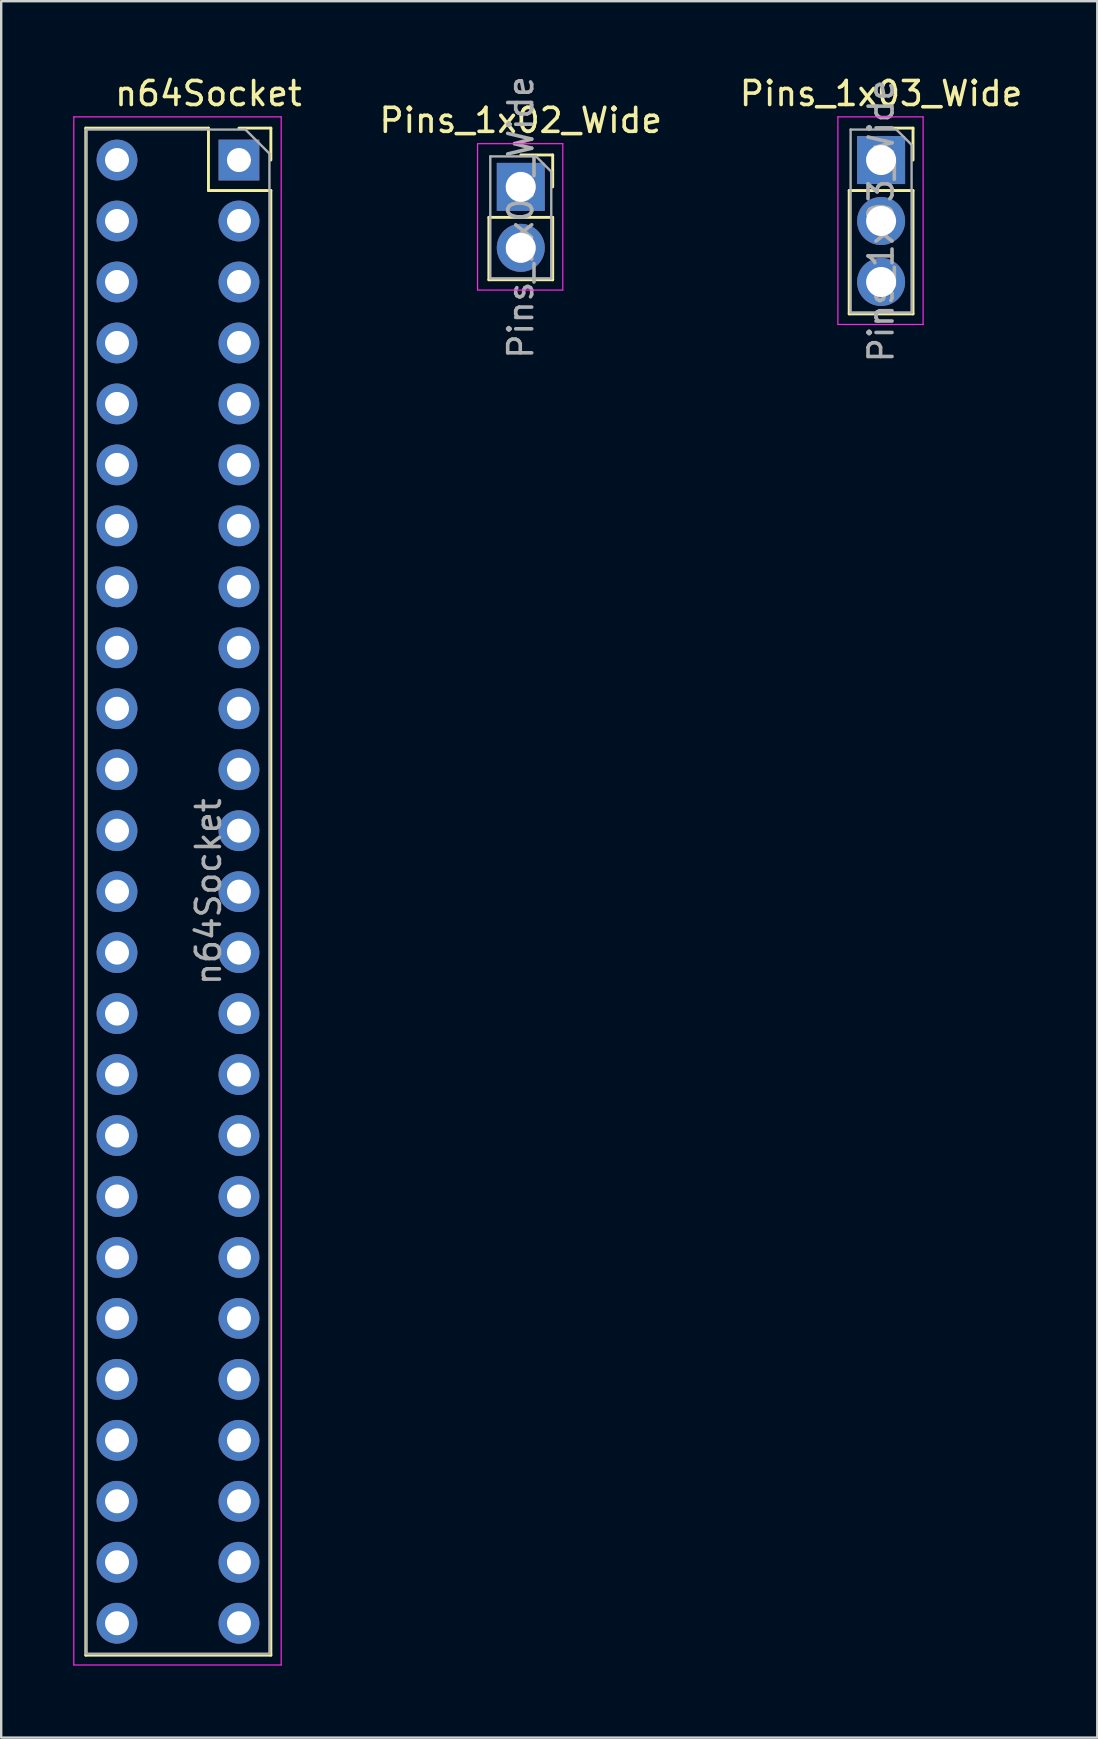
<source format=kicad_pcb>
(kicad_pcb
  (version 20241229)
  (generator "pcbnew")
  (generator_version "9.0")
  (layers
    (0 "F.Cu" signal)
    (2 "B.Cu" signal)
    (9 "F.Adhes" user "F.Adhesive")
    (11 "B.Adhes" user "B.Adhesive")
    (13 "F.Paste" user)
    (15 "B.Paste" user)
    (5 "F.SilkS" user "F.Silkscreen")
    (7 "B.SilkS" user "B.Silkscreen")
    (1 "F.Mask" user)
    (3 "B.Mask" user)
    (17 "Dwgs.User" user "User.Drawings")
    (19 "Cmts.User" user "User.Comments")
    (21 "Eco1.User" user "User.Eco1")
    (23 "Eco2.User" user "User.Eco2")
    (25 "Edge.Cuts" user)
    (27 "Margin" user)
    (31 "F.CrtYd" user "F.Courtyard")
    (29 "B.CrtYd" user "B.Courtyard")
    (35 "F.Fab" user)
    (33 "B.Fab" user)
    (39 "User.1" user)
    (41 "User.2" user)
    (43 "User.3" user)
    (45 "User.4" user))
  (footprint "Pins_1x03_Wide"
    (layer "F.Cu")
    (at 33.659 3.618)
    (property "Reference" "Pins_1x03_Wide" (at 0 -2.77 0) (layer "F.SilkS") (effects (font (size 1 1) (thickness 0.15))))
    (attr through_hole)
    (fp_line (start -1.33 1.27) (end -1.33 6.41) (stroke (width 0.12) (type solid)) (layer "F.SilkS"))
    (fp_line (start -1.33 1.27) (end 1.33 1.27) (stroke (width 0.12) (type solid)) (layer "F.SilkS"))
    (fp_line (start -1.33 6.41) (end 1.33 6.41) (stroke (width 0.12) (type solid)) (layer "F.SilkS"))
    (fp_line (start 0 -1.33) (end 1.33 -1.33) (stroke (width 0.12) (type solid)) (layer "F.SilkS"))
    (fp_line (start 1.33 -1.33) (end 1.33 0) (stroke (width 0.12) (type solid)) (layer "F.SilkS"))
    (fp_line (start 1.33 1.27) (end 1.33 6.41) (stroke (width 0.12) (type solid)) (layer "F.SilkS"))
    (fp_line (start -1.8 -1.8) (end 1.75 -1.8) (stroke (width 0.05) (type solid)) (layer "F.CrtYd"))
    (fp_line (start -1.8 6.85) (end -1.8 -1.8) (stroke (width 0.05) (type solid)) (layer "F.CrtYd"))
    (fp_line (start 1.75 -1.8) (end 1.75 6.85) (stroke (width 0.05) (type solid)) (layer "F.CrtYd"))
    (fp_line (start 1.75 6.85) (end -1.8 6.85) (stroke (width 0.05) (type solid)) (layer "F.CrtYd"))
    (fp_line (start -1.27 -1.27) (end 0.635 -1.27) (stroke (width 0.1) (type solid)) (layer "F.Fab"))
    (fp_line (start -1.27 6.35) (end -1.27 -1.27) (stroke (width 0.1) (type solid)) (layer "F.Fab"))
    (fp_line (start 0.635 -1.27) (end 1.27 -0.635) (stroke (width 0.1) (type solid)) (layer "F.Fab"))
    (fp_line (start 1.27 -0.635) (end 1.27 6.35) (stroke (width 0.1) (type solid)) (layer "F.Fab"))
    (fp_line (start 1.27 6.35) (end -1.27 6.35) (stroke (width 0.1) (type solid)) (layer "F.Fab"))
    (fp_text user "${REFERENCE}" (at 0 2.54 90) (layer "F.Fab") (effects (font (size 1 1) (thickness 0.15))))
    (pad "1" thru_hole rect (at 0 0) (size 2 2) (drill 1.25) (layers "*.Cu" "*.Mask"))
    (pad "2" thru_hole oval (at 0 2.54) (size 2 2) (drill 1.25) (layers "*.Cu" "*.Mask"))
    (pad "3" thru_hole oval (at 0 5.08) (size 2 2) (drill 1.25) (layers "*.Cu" "*.Mask")))
  (footprint "Pins_1x02_Wide"
    (layer "F.Cu")
    (at 18.647 4.736)
    (property "Reference" "Pins_1x02_Wide" (at 0 -2.77 0) (layer "F.SilkS") (effects (font (size 1 1) (thickness 0.15))))
    (attr through_hole)
    (fp_line (start -1.33 1.27) (end -1.33 3.87) (stroke (width 0.12) (type solid)) (layer "F.SilkS"))
    (fp_line (start -1.33 1.27) (end 1.33 1.27) (stroke (width 0.12) (type solid)) (layer "F.SilkS"))
    (fp_line (start -1.33 3.87) (end 1.33 3.87) (stroke (width 0.12) (type solid)) (layer "F.SilkS"))
    (fp_line (start 0 -1.33) (end 1.33 -1.33) (stroke (width 0.12) (type solid)) (layer "F.SilkS"))
    (fp_line (start 1.33 -1.33) (end 1.33 0) (stroke (width 0.12) (type solid)) (layer "F.SilkS"))
    (fp_line (start 1.33 1.27) (end 1.33 3.87) (stroke (width 0.12) (type solid)) (layer "F.SilkS"))
    (fp_line (start -1.8 -1.8) (end 1.75 -1.8) (stroke (width 0.05) (type solid)) (layer "F.CrtYd"))
    (fp_line (start -1.8 4.3) (end -1.8 -1.8) (stroke (width 0.05) (type solid)) (layer "F.CrtYd"))
    (fp_line (start 1.75 -1.8) (end 1.75 4.3) (stroke (width 0.05) (type solid)) (layer "F.CrtYd"))
    (fp_line (start 1.75 4.3) (end -1.8 4.3) (stroke (width 0.05) (type solid)) (layer "F.CrtYd"))
    (fp_line (start -1.27 -1.27) (end 0.635 -1.27) (stroke (width 0.1) (type solid)) (layer "F.Fab"))
    (fp_line (start -1.27 3.81) (end -1.27 -1.27) (stroke (width 0.1) (type solid)) (layer "F.Fab"))
    (fp_line (start 0.635 -1.27) (end 1.27 -0.635) (stroke (width 0.1) (type solid)) (layer "F.Fab"))
    (fp_line (start 1.27 -0.635) (end 1.27 3.81) (stroke (width 0.1) (type solid)) (layer "F.Fab"))
    (fp_line (start 1.27 3.81) (end -1.27 3.81) (stroke (width 0.1) (type solid)) (layer "F.Fab"))
    (fp_text user "${REFERENCE}" (at 0 1.27 90) (layer "F.Fab") (effects (font (size 1 1) (thickness 0.15))))
    (pad "1" thru_hole rect (at 0 0) (size 2 2) (drill 1.25) (layers "*.Cu" "*.Mask"))
    (pad "2" thru_hole oval (at 0 2.54) (size 2 2) (drill 1.25) (layers "*.Cu" "*.Mask")))
  (footprint "n64Socket"
    (layer "F.Cu")
    (at 6.905 3.618)
    (property "Reference" "n64Socket" (at -1.27 -2.77 0) (layer "F.SilkS") (effects (font (size 1 1) (thickness 0.15))))
    (attr through_hole)
    (fp_line (start -6.38 -1.33) (end -6.38 62.29) (stroke (width 0.12) (type solid)) (layer "F.SilkS"))
    (fp_line (start -6.38 -1.33) (end -1.27 -1.33) (stroke (width 0.12) (type solid)) (layer "F.SilkS"))
    (fp_line (start -6.38 62.29) (end 1.33 62.29) (stroke (width 0.12) (type solid)) (layer "F.SilkS"))
    (fp_line (start -1.27 -1.33) (end -1.27 1.27) (stroke (width 0.12) (type solid)) (layer "F.SilkS"))
    (fp_line (start -1.27 1.27) (end 1.33 1.27) (stroke (width 0.12) (type solid)) (layer "F.SilkS"))
    (fp_line (start 0 -1.33) (end 1.33 -1.33) (stroke (width 0.12) (type solid)) (layer "F.SilkS"))
    (fp_line (start 1.33 -1.33) (end 1.33 0) (stroke (width 0.12) (type solid)) (layer "F.SilkS"))
    (fp_line (start 1.33 1.27) (end 1.33 62.29) (stroke (width 0.12) (type solid)) (layer "F.SilkS"))
    (fp_line (start -6.88 -1.8) (end 1.76 -1.8) (stroke (width 0.05) (type solid)) (layer "F.CrtYd"))
    (fp_line (start -6.88 62.7) (end -6.88 -1.8) (stroke (width 0.05) (type solid)) (layer "F.CrtYd"))
    (fp_line (start 1.76 -1.8) (end 1.76 62.7) (stroke (width 0.05) (type solid)) (layer "F.CrtYd"))
    (fp_line (start 1.76 62.7) (end -6.88 62.7) (stroke (width 0.05) (type solid)) (layer "F.CrtYd"))
    (fp_line (start -6.35 -1.27) (end 0.27 -1.27) (stroke (width 0.1) (type solid)) (layer "F.Fab"))
    (fp_line (start -6.35 62.23) (end -6.35 -1.27) (stroke (width 0.1) (type solid)) (layer "F.Fab"))
    (fp_line (start 0.27 -1.27) (end 1.27 -0.27) (stroke (width 0.1) (type solid)) (layer "F.Fab"))
    (fp_line (start 1.27 -0.27) (end 1.27 62.23) (stroke (width 0.1) (type solid)) (layer "F.Fab"))
    (fp_line (start 1.27 62.23) (end -6.35 62.23) (stroke (width 0.1) (type solid)) (layer "F.Fab"))
    (fp_text user "${REFERENCE}" (at -1.27 30.48 270) (layer "F.Fab") (effects (font (size 1 1) (thickness 0.15))))
    (pad "1" thru_hole rect (at 0 0) (size 1.7 1.7) (drill 1) (layers "*.Cu" "*.Mask"))
    (pad "2" thru_hole oval (at -5.08 0) (size 1.7 1.7) (drill 1) (layers "*.Cu" "*.Mask"))
    (pad "3" thru_hole oval (at 0 2.54) (size 1.7 1.7) (drill 1) (layers "*.Cu" "*.Mask"))
    (pad "4" thru_hole oval (at -5.08 2.54) (size 1.7 1.7) (drill 1) (layers "*.Cu" "*.Mask"))
    (pad "5" thru_hole oval (at 0 5.08) (size 1.7 1.7) (drill 1) (layers "*.Cu" "*.Mask"))
    (pad "6" thru_hole oval (at -5.08 5.08) (size 1.7 1.7) (drill 1) (layers "*.Cu" "*.Mask"))
    (pad "7" thru_hole oval (at 0 7.62) (size 1.7 1.7) (drill 1) (layers "*.Cu" "*.Mask"))
    (pad "8" thru_hole oval (at -5.08 7.62) (size 1.7 1.7) (drill 1) (layers "*.Cu" "*.Mask"))
    (pad "9" thru_hole oval (at 0 10.16) (size 1.7 1.7) (drill 1) (layers "*.Cu" "*.Mask"))
    (pad "10" thru_hole oval (at -5.08 10.16) (size 1.7 1.7) (drill 1) (layers "*.Cu" "*.Mask"))
    (pad "11" thru_hole oval (at 0 12.7) (size 1.7 1.7) (drill 1) (layers "*.Cu" "*.Mask"))
    (pad "12" thru_hole oval (at -5.08 12.7) (size 1.7 1.7) (drill 1) (layers "*.Cu" "*.Mask"))
    (pad "13" thru_hole oval (at 0 15.24) (size 1.7 1.7) (drill 1) (layers "*.Cu" "*.Mask"))
    (pad "14" thru_hole oval (at -5.08 15.24) (size 1.7 1.7) (drill 1) (layers "*.Cu" "*.Mask"))
    (pad "15" thru_hole oval (at 0 17.78) (size 1.7 1.7) (drill 1) (layers "*.Cu" "*.Mask"))
    (pad "16" thru_hole oval (at -5.08 17.78) (size 1.7 1.7) (drill 1) (layers "*.Cu" "*.Mask"))
    (pad "17" thru_hole oval (at 0 20.32) (size 1.7 1.7) (drill 1) (layers "*.Cu" "*.Mask"))
    (pad "18" thru_hole oval (at -5.08 20.32) (size 1.7 1.7) (drill 1) (layers "*.Cu" "*.Mask"))
    (pad "19" thru_hole oval (at 0 22.86) (size 1.7 1.7) (drill 1) (layers "*.Cu" "*.Mask"))
    (pad "20" thru_hole oval (at -5.08 22.86) (size 1.7 1.7) (drill 1) (layers "*.Cu" "*.Mask"))
    (pad "21" thru_hole oval (at 0 25.4) (size 1.7 1.7) (drill 1) (layers "*.Cu" "*.Mask"))
    (pad "22" thru_hole oval (at -5.08 25.4) (size 1.7 1.7) (drill 1) (layers "*.Cu" "*.Mask"))
    (pad "23" thru_hole oval (at 0 27.94) (size 1.7 1.7) (drill 1) (layers "*.Cu" "*.Mask"))
    (pad "24" thru_hole oval (at -5.08 27.94) (size 1.7 1.7) (drill 1) (layers "*.Cu" "*.Mask"))
    (pad "25" thru_hole oval (at 0 30.48) (size 1.7 1.7) (drill 1) (layers "*.Cu" "*.Mask"))
    (pad "26" thru_hole oval (at -5.08 30.48) (size 1.7 1.7) (drill 1) (layers "*.Cu" "*.Mask"))
    (pad "27" thru_hole oval (at 0 33.02) (size 1.7 1.7) (drill 1) (layers "*.Cu" "*.Mask"))
    (pad "28" thru_hole oval (at -5.08 33.02) (size 1.7 1.7) (drill 1) (layers "*.Cu" "*.Mask"))
    (pad "29" thru_hole oval (at 0 35.56) (size 1.7 1.7) (drill 1) (layers "*.Cu" "*.Mask"))
    (pad "30" thru_hole oval (at -5.08 35.56) (size 1.7 1.7) (drill 1) (layers "*.Cu" "*.Mask"))
    (pad "31" thru_hole oval (at 0 38.1) (size 1.7 1.7) (drill 1) (layers "*.Cu" "*.Mask"))
    (pad "32" thru_hole oval (at -5.08 38.1) (size 1.7 1.7) (drill 1) (layers "*.Cu" "*.Mask"))
    (pad "33" thru_hole oval (at 0 40.64) (size 1.7 1.7) (drill 1) (layers "*.Cu" "*.Mask"))
    (pad "34" thru_hole oval (at -5.08 40.64) (size 1.7 1.7) (drill 1) (layers "*.Cu" "*.Mask"))
    (pad "35" thru_hole oval (at 0 43.18) (size 1.7 1.7) (drill 1) (layers "*.Cu" "*.Mask"))
    (pad "36" thru_hole oval (at -5.08 43.18) (size 1.7 1.7) (drill 1) (layers "*.Cu" "*.Mask"))
    (pad "37" thru_hole oval (at 0 45.72) (size 1.7 1.7) (drill 1) (layers "*.Cu" "*.Mask"))
    (pad "38" thru_hole oval (at -5.08 45.72) (size 1.7 1.7) (drill 1) (layers "*.Cu" "*.Mask"))
    (pad "39" thru_hole oval (at 0 48.26) (size 1.7 1.7) (drill 1) (layers "*.Cu" "*.Mask"))
    (pad "40" thru_hole oval (at -5.08 48.26) (size 1.7 1.7) (drill 1) (layers "*.Cu" "*.Mask"))
    (pad "41" thru_hole oval (at 0 50.8) (size 1.7 1.7) (drill 1) (layers "*.Cu" "*.Mask"))
    (pad "42" thru_hole oval (at -5.08 50.8) (size 1.7 1.7) (drill 1) (layers "*.Cu" "*.Mask"))
    (pad "43" thru_hole oval (at 0 53.34) (size 1.7 1.7) (drill 1) (layers "*.Cu" "*.Mask"))
    (pad "44" thru_hole oval (at -5.08 53.34) (size 1.7 1.7) (drill 1) (layers "*.Cu" "*.Mask"))
    (pad "45" thru_hole oval (at 0 55.88) (size 1.7 1.7) (drill 1) (layers "*.Cu" "*.Mask"))
    (pad "46" thru_hole oval (at -5.08 55.88) (size 1.7 1.7) (drill 1) (layers "*.Cu" "*.Mask"))
    (pad "47" thru_hole oval (at 0 58.42) (size 1.7 1.7) (drill 1) (layers "*.Cu" "*.Mask"))
    (pad "48" thru_hole oval (at -5.08 58.42) (size 1.7 1.7) (drill 1) (layers "*.Cu" "*.Mask"))
    (pad "49" thru_hole oval (at 0 60.96) (size 1.7 1.7) (drill 1) (layers "*.Cu" "*.Mask"))
    (pad "50" thru_hole oval (at -5.08 60.96) (size 1.7 1.7) (drill 1) (layers "*.Cu" "*.Mask")))
  (gr_rect
    (start -3 -3)
    (end 42.665 69.343)
    (stroke (width 0.1) (type default))
    (fill no)
    (layer "Edge.Cuts")))
</source>
